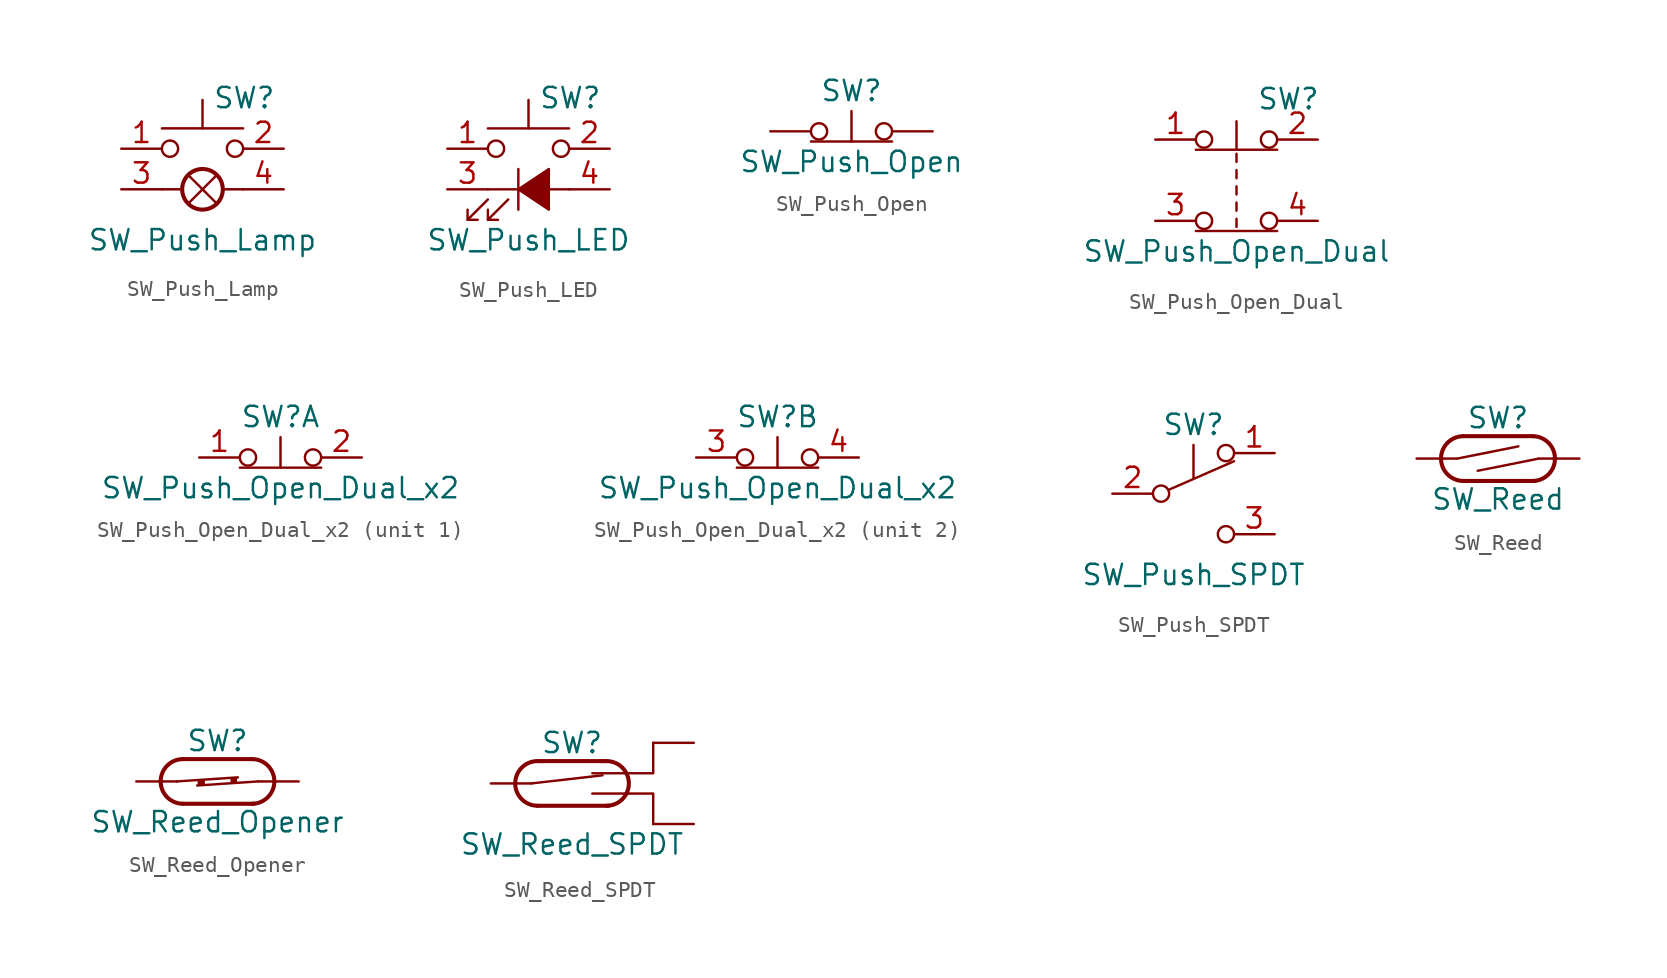
<source format=kicad_sym>
(kicad_symbol_lib
  (version 20201005)
  (generator kicad_symbol_editor)
  (symbol "Switch:SW_Push_Lamp"
    (pin_names
      (offset 1.016) hide)
    (property "Reference" "SW"
      (at 0.635 5.715 0)
      (effects (font (size 1.27 1.27)) (justify left)))
    (property "Value" "SW_Push_Lamp"
      (at 0 -3.175 0)
      (effects (font (size 1.27 1.27))))
    (symbol "SW_Push_Lamp_0_1"
      (circle (center -2.032 2.54) (radius 0.508) (stroke (width 0)) (fill (type none)))
      (circle (center 0 0) (radius 1.27) (stroke (width 0.254)) (fill (type none)))
      (circle (center 2.032 2.54) (radius 0.508) (stroke (width 0)) (fill (type none)))
      (polyline (pts (xy -2.54 0) (xy -1.27 0)) (stroke (width 0)) (fill (type none)))
      (polyline (pts (xy -0.889 -0.889) (xy 0.889 0.889)) (stroke (width 0)) (fill (type none)))
      (polyline (pts (xy 0 3.81) (xy 0 5.588)) (stroke (width 0)) (fill (type none)))
      (polyline (pts (xy 0.889 -0.889) (xy -0.889 0.889)) (stroke (width 0)) (fill (type none)))
      (polyline (pts (xy 2.54 0) (xy 1.27 0)) (stroke (width 0)) (fill (type none)))
      (polyline (pts (xy 2.54 3.81) (xy -2.54 3.81)) (stroke (width 0)) (fill (type none)))
      (pin passive line (at -5.08 2.54 0) (length 2.54) (name "1" (effects (font (size 1.27 1.27)))) (number "1" (effects (font (size 1.27 1.27)))))
      (pin passive line (at 5.08 2.54 180) (length 2.54) (name "2" (effects (font (size 1.27 1.27)))) (number "2" (effects (font (size 1.27 1.27)))))
      (pin passive line (at -5.08 0 0) (length 2.54) (name "L" (effects (font (size 1.27 1.27)))) (number "3" (effects (font (size 1.27 1.27)))))
      (pin passive line (at 5.08 0 180) (length 2.54) (name "L" (effects (font (size 1.27 1.27)))) (number "4" (effects (font (size 1.27 1.27)))))))
  (symbol "Switch:SW_Push_LED"
    (pin_names
      (offset 1.016) hide)
    (property "Reference" "SW"
      (at 0.635 5.715 0)
      (effects (font (size 1.27 1.27)) (justify left)))
    (property "Value" "SW_Push_LED"
      (at 0 -3.175 0)
      (effects (font (size 1.27 1.27))))
    (symbol "SW_Push_LED_0_0"
      (polyline (pts (xy -3.81 -1.905) (xy -2.54 -0.635)) (stroke (width 0)) (fill (type none)))
      (polyline (pts (xy -2.54 -1.905) (xy -1.27 -0.635)) (stroke (width 0)) (fill (type none)))
      (polyline (pts (xy -2.54 0) (xy 2.54 0)) (stroke (width 0)) (fill (type none)))
      (polyline (pts (xy -0.635 1.27) (xy -0.635 -1.27)) (stroke (width 0)) (fill (type none)))
      (polyline (pts (xy -3.81 -1.27) (xy -3.81 -1.905) (xy -3.175 -1.905)) (stroke (width 0)) (fill (type none)))
      (polyline (pts (xy -2.54 -1.27) (xy -2.54 -1.905) (xy -1.905 -1.905)) (stroke (width 0)) (fill (type none)))
      (polyline (pts (xy -0.635 0) (xy 1.27 1.27) (xy 1.27 -1.27) (xy -0.635 0)) (stroke (width 0)) (fill (type outline))))
    (symbol "SW_Push_LED_0_1"
      (circle (center -2.032 2.54) (radius 0.508) (stroke (width 0)) (fill (type none)))
      (circle (center 2.032 2.54) (radius 0.508) (stroke (width 0)) (fill (type none)))
      (polyline (pts (xy 0 3.81) (xy 0 5.588)) (stroke (width 0)) (fill (type none)))
      (polyline (pts (xy 2.54 3.81) (xy -2.54 3.81)) (stroke (width 0)) (fill (type none)))
      (pin passive line (at -5.08 2.54 0) (length 2.54) (name "1" (effects (font (size 1.27 1.27)))) (number "1" (effects (font (size 1.27 1.27)))))
      (pin passive line (at 5.08 2.54 180) (length 2.54) (name "2" (effects (font (size 1.27 1.27)))) (number "2" (effects (font (size 1.27 1.27)))))
      (pin passive line (at -5.08 0 0) (length 2.54) (name "K" (effects (font (size 1.27 1.27)))) (number "3" (effects (font (size 1.27 1.27)))))
      (pin passive line (at 5.08 0 180) (length 2.54) (name "A" (effects (font (size 1.27 1.27)))) (number "4" (effects (font (size 1.27 1.27)))))))
  (symbol "Switch:SW_Push_Open"
    (pin_numbers hide)
    (pin_names
      (offset 1.016) hide)
    (property "Reference" "SW"
      (at 0 2.54 0)
      (effects (font (size 1.27 1.27))))
    (property "Value" "SW_Push_Open"
      (at 0 -1.905 0)
      (effects (font (size 1.27 1.27))))
    (symbol "SW_Push_Open_0_1"
      (circle (center -2.032 0) (radius 0.508) (stroke (width 0)) (fill (type none)))
      (circle (center 2.032 0) (radius 0.508) (stroke (width 0)) (fill (type none)))
      (polyline (pts (xy -2.54 -0.635) (xy 2.54 -0.635)) (stroke (width 0)) (fill (type none)))
      (polyline (pts (xy 0 -0.635) (xy 0 1.27)) (stroke (width 0)) (fill (type none)))
      (pin passive line (at -5.08 0 0) (length 2.54) (name "A" (effects (font (size 1.27 1.27)))) (number "1" (effects (font (size 1.27 1.27))))))
    (symbol "SW_Push_Open_1_1"
      (pin passive line (at 5.08 0 180) (length 2.54) (name "B" (effects (font (size 1.27 1.27)))) (number "2" (effects (font (size 1.27 1.27)))))))
  (symbol "Switch:SW_Push_Open_Dual"
    (pin_names
      (offset 1.016) hide)
    (property "Reference" "SW"
      (at 1.27 2.54 0)
      (effects (font (size 1.27 1.27)) (justify left)))
    (property "Value" "SW_Push_Open_Dual"
      (at 0 -6.985 0)
      (effects (font (size 1.27 1.27))))
    (symbol "SW_Push_Open_Dual_0_1"
      (circle (center -2.032 -5.08) (radius 0.508) (stroke (width 0)) (fill (type none)))
      (circle (center -2.032 0) (radius 0.508) (stroke (width 0)) (fill (type none)))
      (circle (center 2.032 -5.08) (radius 0.508) (stroke (width 0)) (fill (type none)))
      (circle (center 2.032 0) (radius 0.508) (stroke (width 0)) (fill (type none)))
      (polyline (pts (xy 0 -4.953) (xy 0 -5.461)) (stroke (width 0)) (fill (type none)))
      (polyline (pts (xy 0 -3.937) (xy 0 -4.445)) (stroke (width 0)) (fill (type none)))
      (polyline (pts (xy 0 -3.429) (xy 0 -2.921)) (stroke (width 0)) (fill (type none)))
      (polyline (pts (xy 0 -2.413) (xy 0 -1.905)) (stroke (width 0)) (fill (type none)))
      (polyline (pts (xy 0 -1.397) (xy 0 -0.889)) (stroke (width 0)) (fill (type none)))
      (polyline (pts (xy 0 -0.635) (xy 0 1.143)) (stroke (width 0)) (fill (type none)))
      (polyline (pts (xy 2.54 -5.715) (xy -2.54 -5.715)) (stroke (width 0)) (fill (type none)))
      (polyline (pts (xy 2.54 -0.635) (xy -2.54 -0.635)) (stroke (width 0)) (fill (type none)))
      (pin passive line (at -5.08 0 0) (length 2.54) (name "1" (effects (font (size 1.27 1.27)))) (number "1" (effects (font (size 1.27 1.27)))))
      (pin passive line (at 5.08 0 180) (length 2.54) (name "2" (effects (font (size 1.27 1.27)))) (number "2" (effects (font (size 1.27 1.27)))))
      (pin passive line (at -5.08 -5.08 0) (length 2.54) (name "3" (effects (font (size 1.27 1.27)))) (number "3" (effects (font (size 1.27 1.27)))))
      (pin passive line (at 5.08 -5.08 180) (length 2.54) (name "4" (effects (font (size 1.27 1.27)))) (number "4" (effects (font (size 1.27 1.27)))))))
  (symbol "Switch:SW_Push_Open_Dual_x2"
    (pin_names
      (offset 1.016) hide)
    (property "Reference" "SW"
      (at 0 2.54 0)
      (effects (font (size 1.27 1.27))))
    (property "Value" "SW_Push_Open_Dual_x2"
      (at 0 -1.905 0)
      (effects (font (size 1.27 1.27))))
    (symbol "SW_Push_Open_Dual_x2_0_1"
      (circle (center -2.032 0) (radius 0.508) (stroke (width 0)) (fill (type none)))
      (circle (center 2.032 0) (radius 0.508) (stroke (width 0)) (fill (type none)))
      (polyline (pts (xy -2.54 -0.635) (xy 2.54 -0.635)) (stroke (width 0)) (fill (type none)))
      (polyline (pts (xy 0 -0.635) (xy 0 1.27)) (stroke (width 0)) (fill (type none))))
    (symbol "SW_Push_Open_Dual_x2_1_1"
      (pin passive line (at -5.08 0 0) (length 2.54) (name "1" (effects (font (size 1.27 1.27)))) (number "1" (effects (font (size 1.27 1.27)))))
      (pin passive line (at 5.08 0 180) (length 2.54) (name "2" (effects (font (size 1.27 1.27)))) (number "2" (effects (font (size 1.27 1.27))))))
    (symbol "SW_Push_Open_Dual_x2_2_1"
      (pin passive line (at -5.08 0 0) (length 2.54) (name "1" (effects (font (size 1.27 1.27)))) (number "3" (effects (font (size 1.27 1.27)))))
      (pin passive line (at 5.08 0 180) (length 2.54) (name "2" (effects (font (size 1.27 1.27)))) (number "4" (effects (font (size 1.27 1.27)))))))
  (symbol "Switch:SW_Push_SPDT"
    (pin_names
      (offset 0) hide)
    (property "Reference" "SW"
      (at 0 4.318 0)
      (effects (font (size 1.27 1.27))))
    (property "Value" "SW_Push_SPDT"
      (at 0 -5.08 0)
      (effects (font (size 1.27 1.27))))
    (symbol "SW_Push_SPDT_0_0"
      (circle (center -2.032 0) (radius 0.508) (stroke (width 0)) (fill (type none)))
      (circle (center 2.032 -2.54) (radius 0.508) (stroke (width 0)) (fill (type none)))
      (polyline (pts (xy 0 1.016) (xy 0 3.048)) (stroke (width 0)) (fill (type none))))
    (symbol "SW_Push_SPDT_0_1"
      (circle (center 2.032 2.54) (radius 0.508) (stroke (width 0)) (fill (type none)))
      (polyline (pts (xy -1.524 0.254) (xy 2.54 2.032)) (stroke (width 0)) (fill (type none))))
    (symbol "SW_Push_SPDT_1_1"
      (pin passive line (at 5.08 2.54 180) (length 2.54) (name "A" (effects (font (size 1.27 1.27)))) (number "1" (effects (font (size 1.27 1.27)))))
      (pin passive line (at -5.08 0 0) (length 2.54) (name "B" (effects (font (size 1.27 1.27)))) (number "2" (effects (font (size 1.27 1.27)))))
      (pin passive line (at 5.08 -2.54 180) (length 2.54) (name "C" (effects (font (size 1.27 1.27)))) (number "3" (effects (font (size 1.27 1.27)))))))
  (symbol "Switch:SW_Reed"
    (pin_numbers hide)
    (pin_names
      (offset 0) hide)
    (property "Reference" "SW"
      (at 0 2.54 0)
      (effects (font (size 1.27 1.27))))
    (property "Value" "SW_Reed"
      (at 0 -2.54 0)
      (effects (font (size 1.27 1.27))))
    (symbol "SW_Reed_0_0"
      (arc (start -2.159 1.397) (end -2.159 -1.397) (radius (at -2.159 0) (length 1.397) (angles 90.1 -90.1)) (stroke (width 0.254)) (fill (type none)))
      (arc (start 2.159 -1.397) (end 2.159 1.397) (radius (at 2.159 0) (length 1.397) (angles -89.9 89.9)) (stroke (width 0.254)) (fill (type none)))
      (polyline (pts (xy -2.54 0) (xy 1.27 0.762)) (stroke (width 0)) (fill (type none)))
      (polyline (pts (xy -2.159 -1.397) (xy 2.286 -1.397)) (stroke (width 0.254)) (fill (type none)))
      (polyline (pts (xy 2.159 1.397) (xy -2.159 1.397)) (stroke (width 0.254)) (fill (type none)))
      (polyline (pts (xy 2.54 0) (xy -1.27 -0.762)) (stroke (width 0)) (fill (type none))))
    (symbol "SW_Reed_1_1"
      (pin passive line (at -5.08 0 0) (length 2.54) (name "1" (effects (font (size 1.27 1.27)))) (number "1" (effects (font (size 1.27 1.27)))))
      (pin passive line (at 5.08 0 180) (length 2.54) (name "2" (effects (font (size 1.27 1.27)))) (number "2" (effects (font (size 1.27 1.27)))))))
  (symbol "Switch:SW_Reed_Opener"
    (pin_numbers hide)
    (pin_names
      (offset 0) hide)
    (property "Reference" "SW"
      (at 0 2.54 0)
      (effects (font (size 1.27 1.27))))
    (property "Value" "SW_Reed_Opener"
      (at 0 -2.54 0)
      (effects (font (size 1.27 1.27))))
    (symbol "SW_Reed_Opener_0_0"
      (arc (start -2.159 1.397) (end -2.159 -1.397) (radius (at -2.159 0) (length 1.397) (angles 90.1 -90.1)) (stroke (width 0.254)) (fill (type none)))
      (arc (start 2.159 -1.397) (end 2.159 1.397) (radius (at 2.159 0) (length 1.397) (angles -89.9 89.9)) (stroke (width 0.254)) (fill (type none)))
      (polyline (pts (xy -2.54 0) (xy 1.27 0.254)) (stroke (width 0)) (fill (type none)))
      (polyline (pts (xy -2.159 -1.397) (xy 2.286 -1.397)) (stroke (width 0.254)) (fill (type none)))
      (polyline (pts (xy 2.159 1.397) (xy -2.159 1.397)) (stroke (width 0.254)) (fill (type none)))
      (polyline (pts (xy 2.54 0) (xy -1.27 -0.254)) (stroke (width 0)) (fill (type none))))
    (symbol "SW_Reed_Opener_0_1"
      (rectangle (start -1.168 0.051) (end -0.864 -0.203) (stroke (width 0)) (fill (type outline)))
      (rectangle (start 0.889 0.178) (end 1.143 -0.076) (stroke (width 0)) (fill (type outline))))
    (symbol "SW_Reed_Opener_1_1"
      (pin passive line (at -5.08 0 0) (length 2.54) (name "1" (effects (font (size 1.27 1.27)))) (number "1" (effects (font (size 1.27 1.27)))))
      (pin passive line (at 5.08 0 180) (length 2.54) (name "2" (effects (font (size 1.27 1.27)))) (number "2" (effects (font (size 1.27 1.27)))))))
  (symbol "Switch:SW_Reed_SPDT"
    (pin_numbers hide)
    (pin_names
      (offset 0) hide)
    (property "Reference" "SW"
      (at 0 2.54 0)
      (effects (font (size 1.27 1.27))))
    (property "Value" "SW_Reed_SPDT"
      (at 0 -3.81 0)
      (effects (font (size 1.27 1.27))))
    (symbol "SW_Reed_SPDT_0_0"
      (arc (start -2.159 1.397) (end -2.159 -1.397) (radius (at -2.159 0) (length 1.397) (angles 90.1 -90.1)) (stroke (width 0.254)) (fill (type none)))
      (arc (start 2.159 -1.397) (end 2.159 1.397) (radius (at 2.159 0) (length 1.397) (angles -89.9 89.9)) (stroke (width 0.254)) (fill (type none)))
      (polyline (pts (xy -2.54 0) (xy 1.905 0.508)) (stroke (width 0)) (fill (type none)))
      (polyline (pts (xy -2.159 -1.397) (xy 2.286 -1.397)) (stroke (width 0.254)) (fill (type none)))
      (polyline (pts (xy 2.159 1.397) (xy -2.159 1.397)) (stroke (width 0.254)) (fill (type none))))
    (symbol "SW_Reed_SPDT_0_1"
      (polyline (pts (xy 1.27 -0.635) (xy 5.08 -0.635) (xy 5.08 -2.54)) (stroke (width 0)) (fill (type none)))
      (polyline (pts (xy 1.27 0.635) (xy 5.08 0.635) (xy 5.08 2.54)) (stroke (width 0)) (fill (type none))))
    (symbol "SW_Reed_SPDT_1_1"
      (pin passive line (at 7.62 2.54 180) (length 2.54) (name "1" (effects (font (size 1.27 1.27)))) (number "1" (effects (font (size 1.27 1.27)))))
      (pin passive line (at -5.08 0 0) (length 2.54) (name "2" (effects (font (size 1.27 1.27)))) (number "2" (effects (font (size 1.27 1.27)))))
      (pin passive line (at 7.62 -2.54 180) (length 2.54) (name "3" (effects (font (size 1.27 1.27)))) (number "3" (effects (font (size 1.27 1.27))))))))
</source>
